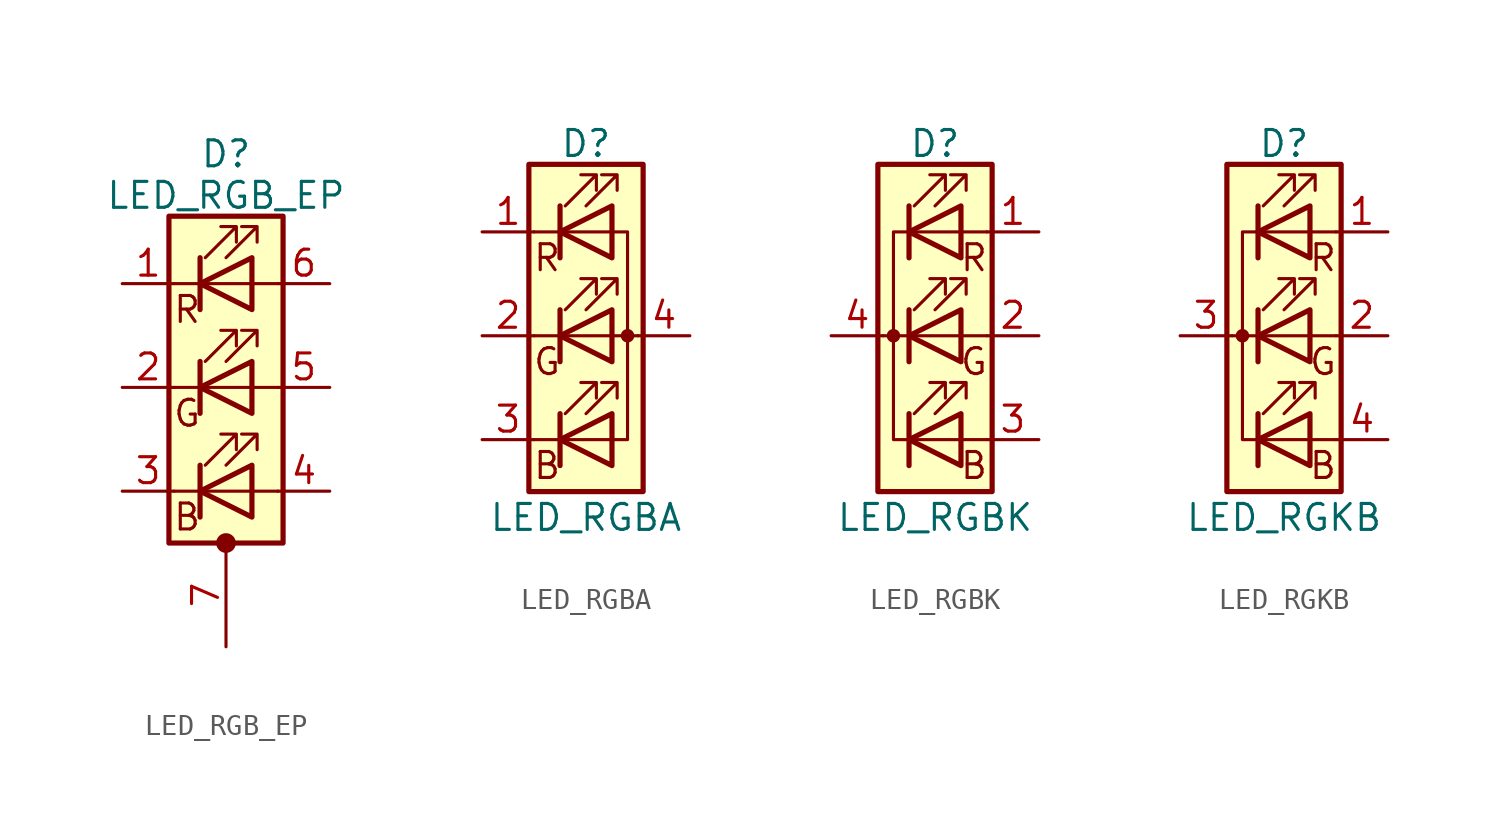
<source format=kicad_sym>
(kicad_symbol_lib
  (version 20241209)
  (generator "kicad_symbol_editor")
  (generator_version "9.0")
  (symbol "LED_RGB_EP"
    (pin_names
      (offset 0)
      (hide yes))
    (property "Reference" "D"
      (at 0 11.43 0)
      (effects (font (size 1.27 1.27))))
    (property "Value" "LED_RGB_EP"
      (at 0 9.398 0)
      (effects (font (size 1.27 1.27))))
    (symbol "LED_RGB_EP_0_0"
      (text "R" (at -1.905 3.81 0) (effects (font (size 1.27 1.27))))
      (text "G" (at -1.905 -1.27 0) (effects (font (size 1.27 1.27))))
      (text "B" (at -1.905 -6.35 0) (effects (font (size 1.27 1.27)))))
    (symbol "LED_RGB_EP_0_1"
      (polyline (pts (xy -1.27 6.35) (xy -1.27 3.81)) (stroke (width 0.254) (type solid)) (fill (type none)))
      (polyline (pts (xy -1.27 6.35) (xy -1.27 3.81) (xy -1.27 3.81)) (stroke (width 0) (type solid)) (fill (type none)))
      (polyline (pts (xy -1.27 5.08) (xy -2.54 5.08)) (stroke (width 0) (type solid)) (fill (type none)))
      (polyline (pts (xy -1.27 5.08) (xy 1.27 5.08)) (stroke (width 0) (type solid)) (fill (type none)))
      (polyline (pts (xy -1.27 1.27) (xy -1.27 -1.27)) (stroke (width 0.254) (type solid)) (fill (type none)))
      (polyline (pts (xy -1.27 1.27) (xy -1.27 -1.27) (xy -1.27 -1.27)) (stroke (width 0) (type solid)) (fill (type none)))
      (polyline (pts (xy -1.27 0) (xy -2.54 0)) (stroke (width 0) (type solid)) (fill (type none)))
      (polyline (pts (xy -1.27 -3.81) (xy -1.27 -6.35)) (stroke (width 0.254) (type solid)) (fill (type none)))
      (polyline (pts (xy -1.27 -5.08) (xy -2.54 -5.08)) (stroke (width 0) (type solid)) (fill (type none)))
      (polyline (pts (xy -1.016 6.35) (xy 0.508 7.874) (xy -0.254 7.874) (xy 0.508 7.874) (xy 0.508 7.112)) (stroke (width 0) (type solid)) (fill (type none)))
      (polyline (pts (xy -1.016 1.27) (xy 0.508 2.794) (xy -0.254 2.794) (xy 0.508 2.794) (xy 0.508 2.032)) (stroke (width 0) (type solid)) (fill (type none)))
      (polyline (pts (xy -1.016 0) (xy 1.27 0)) (stroke (width 0) (type solid)) (fill (type none)))
      (polyline (pts (xy -1.016 -3.81) (xy 0.508 -2.286) (xy -0.254 -2.286) (xy 0.508 -2.286) (xy 0.508 -3.048)) (stroke (width 0) (type solid)) (fill (type none)))
      (polyline (pts (xy 0 6.35) (xy 1.524 7.874) (xy 0.762 7.874) (xy 1.524 7.874) (xy 1.524 7.112)) (stroke (width 0) (type solid)) (fill (type none)))
      (polyline (pts (xy 0 1.27) (xy 1.524 2.794) (xy 0.762 2.794) (xy 1.524 2.794) (xy 1.524 2.032)) (stroke (width 0) (type solid)) (fill (type none)))
      (polyline (pts (xy 0 -3.81) (xy 1.524 -2.286) (xy 0.762 -2.286) (xy 1.524 -2.286) (xy 1.524 -3.048)) (stroke (width 0) (type solid)) (fill (type none)))
      (circle (center 0 -7.62) (radius 0.356) (stroke (width 0.254) (type solid)) (fill (type outline)))
      (polyline (pts (xy 1.27 6.35) (xy 1.27 3.81) (xy -1.27 5.08) (xy 1.27 6.35)) (stroke (width 0.254) (type solid)) (fill (type none)))
      (rectangle (start 1.27 6.35) (end 1.27 6.35) (stroke (width 0) (type solid)) (fill (type none)))
      (polyline (pts (xy 1.27 5.08) (xy 2.54 5.08)) (stroke (width 0) (type solid)) (fill (type none)))
      (rectangle (start 1.27 3.81) (end 1.27 6.35) (stroke (width 0) (type solid)) (fill (type none)))
      (polyline (pts (xy 1.27 1.27) (xy 1.27 -1.27) (xy -1.27 0) (xy 1.27 1.27)) (stroke (width 0.254) (type solid)) (fill (type none)))
      (rectangle (start 1.27 1.27) (end 1.27 1.27) (stroke (width 0) (type solid)) (fill (type none)))
      (rectangle (start 1.27 -1.27) (end 1.27 1.27) (stroke (width 0) (type solid)) (fill (type none)))
      (polyline (pts (xy 1.27 -3.81) (xy 1.27 -6.35) (xy -1.27 -5.08) (xy 1.27 -3.81)) (stroke (width 0.254) (type solid)) (fill (type none)))
      (polyline (pts (xy 1.27 -5.08) (xy -1.27 -5.08)) (stroke (width 0) (type solid)) (fill (type none)))
      (polyline (pts (xy 1.27 -5.08) (xy 2.54 -5.08)) (stroke (width 0) (type solid)) (fill (type none)))
      (polyline (pts (xy 2.54 0) (xy 1.27 0)) (stroke (width 0) (type solid)) (fill (type none)))
      (rectangle (start 2.794 8.382) (end -2.794 -7.62) (stroke (width 0.254) (type solid)) (fill (type background))))
    (symbol "LED_RGB_EP_1_1"
      (pin passive line (at -5.08 5.08 0) (length 2.54) (name "RK" (effects (font (size 1.27 1.27)))) (number "1" (effects (font (size 1.27 1.27)))))
      (pin passive line (at -5.08 0 0) (length 2.54) (name "GK" (effects (font (size 1.27 1.27)))) (number "2" (effects (font (size 1.27 1.27)))))
      (pin passive line (at -5.08 -5.08 0) (length 2.54) (name "BK" (effects (font (size 1.27 1.27)))) (number "3" (effects (font (size 1.27 1.27)))))
      (pin passive line (at 0 -12.7 90) (length 5.08) (name "PAD" (effects (font (size 1.27 1.27)))) (number "7" (effects (font (size 1.27 1.27)))))
      (pin passive line (at 5.08 5.08 180) (length 2.54) (name "RA" (effects (font (size 1.27 1.27)))) (number "6" (effects (font (size 1.27 1.27)))))
      (pin passive line (at 5.08 0 180) (length 2.54) (name "GA" (effects (font (size 1.27 1.27)))) (number "5" (effects (font (size 1.27 1.27)))))
      (pin passive line (at 5.08 -5.08 180) (length 2.54) (name "BA" (effects (font (size 1.27 1.27)))) (number "4" (effects (font (size 1.27 1.27)))))))
  (symbol "LED_RGBA"
    (pin_names
      (offset 0)
      (hide yes))
    (property "Reference" "D"
      (at 0 9.398 0)
      (effects (font (size 1.27 1.27))))
    (property "Value" "LED_RGBA"
      (at 0 -8.89 0)
      (effects (font (size 1.27 1.27))))
    (symbol "LED_RGBA_0_0"
      (text "R" (at -1.905 3.81 0) (effects (font (size 1.27 1.27))))
      (text "G" (at -1.905 -1.27 0) (effects (font (size 1.27 1.27))))
      (text "B" (at -1.905 -6.35 0) (effects (font (size 1.27 1.27)))))
    (symbol "LED_RGBA_0_1"
      (polyline (pts (xy -1.27 6.35) (xy -1.27 3.81)) (stroke (width 0.254) (type solid)) (fill (type none)))
      (polyline (pts (xy -1.27 6.35) (xy -1.27 3.81) (xy -1.27 3.81)) (stroke (width 0) (type solid)) (fill (type none)))
      (polyline (pts (xy -1.27 5.08) (xy -2.54 5.08)) (stroke (width 0) (type solid)) (fill (type none)))
      (polyline (pts (xy -1.27 5.08) (xy 1.27 5.08)) (stroke (width 0) (type solid)) (fill (type none)))
      (polyline (pts (xy -1.27 1.27) (xy -1.27 -1.27)) (stroke (width 0.254) (type solid)) (fill (type none)))
      (polyline (pts (xy -1.27 1.27) (xy -1.27 -1.27) (xy -1.27 -1.27)) (stroke (width 0) (type solid)) (fill (type none)))
      (polyline (pts (xy -1.27 0) (xy -2.54 0)) (stroke (width 0) (type solid)) (fill (type none)))
      (polyline (pts (xy -1.27 -3.81) (xy -1.27 -6.35)) (stroke (width 0.254) (type solid)) (fill (type none)))
      (polyline (pts (xy -1.27 -5.08) (xy -2.54 -5.08)) (stroke (width 0) (type solid)) (fill (type none)))
      (polyline (pts (xy -1.27 -5.08) (xy 1.27 -5.08)) (stroke (width 0) (type solid)) (fill (type none)))
      (polyline (pts (xy -1.016 6.35) (xy 0.508 7.874) (xy -0.254 7.874) (xy 0.508 7.874) (xy 0.508 7.112)) (stroke (width 0) (type solid)) (fill (type none)))
      (polyline (pts (xy -1.016 1.27) (xy 0.508 2.794) (xy -0.254 2.794) (xy 0.508 2.794) (xy 0.508 2.032)) (stroke (width 0) (type solid)) (fill (type none)))
      (polyline (pts (xy -1.016 -3.81) (xy 0.508 -2.286) (xy -0.254 -2.286) (xy 0.508 -2.286) (xy 0.508 -3.048)) (stroke (width 0) (type solid)) (fill (type none)))
      (polyline (pts (xy 0 6.35) (xy 1.524 7.874) (xy 0.762 7.874) (xy 1.524 7.874) (xy 1.524 7.112)) (stroke (width 0) (type solid)) (fill (type none)))
      (polyline (pts (xy 0 1.27) (xy 1.524 2.794) (xy 0.762 2.794) (xy 1.524 2.794) (xy 1.524 2.032)) (stroke (width 0) (type solid)) (fill (type none)))
      (polyline (pts (xy 0 -3.81) (xy 1.524 -2.286) (xy 0.762 -2.286) (xy 1.524 -2.286) (xy 1.524 -3.048)) (stroke (width 0) (type solid)) (fill (type none)))
      (polyline (pts (xy 1.27 6.35) (xy 1.27 3.81) (xy -1.27 5.08) (xy 1.27 6.35)) (stroke (width 0.254) (type solid)) (fill (type none)))
      (rectangle (start 1.27 6.35) (end 1.27 6.35) (stroke (width 0) (type solid)) (fill (type none)))
      (rectangle (start 1.27 3.81) (end 1.27 6.35) (stroke (width 0) (type solid)) (fill (type none)))
      (polyline (pts (xy 1.27 1.27) (xy 1.27 -1.27) (xy -1.27 0) (xy 1.27 1.27)) (stroke (width 0.254) (type solid)) (fill (type none)))
      (rectangle (start 1.27 1.27) (end 1.27 1.27) (stroke (width 0) (type solid)) (fill (type none)))
      (polyline (pts (xy 1.27 0) (xy -1.27 0)) (stroke (width 0) (type solid)) (fill (type none)))
      (polyline (pts (xy 1.27 0) (xy 2.54 0)) (stroke (width 0) (type solid)) (fill (type none)))
      (rectangle (start 1.27 -1.27) (end 1.27 1.27) (stroke (width 0) (type solid)) (fill (type none)))
      (polyline (pts (xy 1.27 -3.81) (xy 1.27 -6.35) (xy -1.27 -5.08) (xy 1.27 -3.81)) (stroke (width 0.254) (type solid)) (fill (type none)))
      (polyline (pts (xy 1.27 -5.08) (xy 2.032 -5.08) (xy 2.032 5.08) (xy 1.27 5.08)) (stroke (width 0) (type solid)) (fill (type none)))
      (circle (center 2.032 0) (radius 0.254) (stroke (width 0) (type solid)) (fill (type outline)))
      (rectangle (start 2.794 8.382) (end -2.794 -7.62) (stroke (width 0.254) (type solid)) (fill (type background))))
    (symbol "LED_RGBA_1_1"
      (pin passive line (at -5.08 5.08 0) (length 2.54) (name "RK" (effects (font (size 1.27 1.27)))) (number "1" (effects (font (size 1.27 1.27)))))
      (pin passive line (at -5.08 0 0) (length 2.54) (name "GK" (effects (font (size 1.27 1.27)))) (number "2" (effects (font (size 1.27 1.27)))))
      (pin passive line (at -5.08 -5.08 0) (length 2.54) (name "BK" (effects (font (size 1.27 1.27)))) (number "3" (effects (font (size 1.27 1.27)))))
      (pin passive line (at 5.08 0 180) (length 2.54) (name "A" (effects (font (size 1.27 1.27)))) (number "4" (effects (font (size 1.27 1.27)))))))
  (symbol "LED_RGBK"
    (pin_names
      (offset 0)
      (hide yes))
    (property "Reference" "D"
      (at 0 9.398 0)
      (effects (font (size 1.27 1.27))))
    (property "Value" "LED_RGBK"
      (at 0 -8.89 0)
      (effects (font (size 1.27 1.27))))
    (symbol "LED_RGBK_0_0"
      (text "R" (at 1.905 3.81 0) (effects (font (size 1.27 1.27))))
      (text "G" (at 1.905 -1.27 0) (effects (font (size 1.27 1.27))))
      (text "B" (at 1.905 -6.35 0) (effects (font (size 1.27 1.27)))))
    (symbol "LED_RGBK_0_1"
      (circle (center -2.032 0) (radius 0.254) (stroke (width 0) (type solid)) (fill (type outline)))
      (polyline (pts (xy -1.27 6.35) (xy -1.27 3.81)) (stroke (width 0.254) (type solid)) (fill (type none)))
      (polyline (pts (xy -1.27 6.35) (xy -1.27 3.81) (xy -1.27 3.81)) (stroke (width 0) (type solid)) (fill (type none)))
      (polyline (pts (xy -1.27 5.08) (xy 1.27 5.08)) (stroke (width 0) (type solid)) (fill (type none)))
      (polyline (pts (xy -1.27 5.08) (xy -2.032 5.08) (xy -2.032 -5.08) (xy -1.016 -5.08)) (stroke (width 0) (type solid)) (fill (type none)))
      (polyline (pts (xy -1.27 1.27) (xy -1.27 -1.27)) (stroke (width 0.254) (type solid)) (fill (type none)))
      (polyline (pts (xy -1.27 1.27) (xy -1.27 -1.27) (xy -1.27 -1.27)) (stroke (width 0) (type solid)) (fill (type none)))
      (polyline (pts (xy -1.27 0) (xy -2.54 0)) (stroke (width 0) (type solid)) (fill (type none)))
      (polyline (pts (xy -1.27 -3.81) (xy -1.27 -6.35)) (stroke (width 0.254) (type solid)) (fill (type none)))
      (polyline (pts (xy -1.27 -5.08) (xy 1.27 -5.08)) (stroke (width 0) (type solid)) (fill (type none)))
      (polyline (pts (xy -1.016 6.35) (xy 0.508 7.874) (xy -0.254 7.874) (xy 0.508 7.874) (xy 0.508 7.112)) (stroke (width 0) (type solid)) (fill (type none)))
      (polyline (pts (xy -1.016 1.27) (xy 0.508 2.794) (xy -0.254 2.794) (xy 0.508 2.794) (xy 0.508 2.032)) (stroke (width 0) (type solid)) (fill (type none)))
      (polyline (pts (xy -1.016 -3.81) (xy 0.508 -2.286) (xy -0.254 -2.286) (xy 0.508 -2.286) (xy 0.508 -3.048)) (stroke (width 0) (type solid)) (fill (type none)))
      (polyline (pts (xy 0 6.35) (xy 1.524 7.874) (xy 0.762 7.874) (xy 1.524 7.874) (xy 1.524 7.112)) (stroke (width 0) (type solid)) (fill (type none)))
      (polyline (pts (xy 0 1.27) (xy 1.524 2.794) (xy 0.762 2.794) (xy 1.524 2.794) (xy 1.524 2.032)) (stroke (width 0) (type solid)) (fill (type none)))
      (polyline (pts (xy 0 -3.81) (xy 1.524 -2.286) (xy 0.762 -2.286) (xy 1.524 -2.286) (xy 1.524 -3.048)) (stroke (width 0) (type solid)) (fill (type none)))
      (polyline (pts (xy 1.27 6.35) (xy 1.27 3.81) (xy -1.27 5.08) (xy 1.27 6.35)) (stroke (width 0.254) (type solid)) (fill (type none)))
      (rectangle (start 1.27 6.35) (end 1.27 6.35) (stroke (width 0) (type solid)) (fill (type none)))
      (polyline (pts (xy 1.27 5.08) (xy 2.54 5.08)) (stroke (width 0) (type solid)) (fill (type none)))
      (rectangle (start 1.27 3.81) (end 1.27 6.35) (stroke (width 0) (type solid)) (fill (type none)))
      (polyline (pts (xy 1.27 1.27) (xy 1.27 -1.27) (xy -1.27 0) (xy 1.27 1.27)) (stroke (width 0.254) (type solid)) (fill (type none)))
      (rectangle (start 1.27 1.27) (end 1.27 1.27) (stroke (width 0) (type solid)) (fill (type none)))
      (polyline (pts (xy 1.27 0) (xy -1.27 0)) (stroke (width 0) (type solid)) (fill (type none)))
      (polyline (pts (xy 1.27 0) (xy 2.54 0)) (stroke (width 0) (type solid)) (fill (type none)))
      (rectangle (start 1.27 -1.27) (end 1.27 1.27) (stroke (width 0) (type solid)) (fill (type none)))
      (polyline (pts (xy 1.27 -3.81) (xy 1.27 -6.35) (xy -1.27 -5.08) (xy 1.27 -3.81)) (stroke (width 0.254) (type solid)) (fill (type none)))
      (polyline (pts (xy 1.27 -5.08) (xy 2.54 -5.08)) (stroke (width 0) (type solid)) (fill (type none)))
      (rectangle (start 2.794 8.382) (end -2.794 -7.62) (stroke (width 0.254) (type solid)) (fill (type background))))
    (symbol "LED_RGBK_1_1"
      (pin passive line (at -5.08 0 0) (length 2.54) (name "K" (effects (font (size 1.27 1.27)))) (number "4" (effects (font (size 1.27 1.27)))))
      (pin passive line (at 5.08 5.08 180) (length 2.54) (name "RA" (effects (font (size 1.27 1.27)))) (number "1" (effects (font (size 1.27 1.27)))))
      (pin passive line (at 5.08 0 180) (length 2.54) (name "GA" (effects (font (size 1.27 1.27)))) (number "2" (effects (font (size 1.27 1.27)))))
      (pin passive line (at 5.08 -5.08 180) (length 2.54) (name "BA" (effects (font (size 1.27 1.27)))) (number "3" (effects (font (size 1.27 1.27)))))))
  (symbol "LED_RGKB"
    (pin_names
      (offset 0)
      (hide yes))
    (property "Reference" "D"
      (at 0 9.398 0)
      (effects (font (size 1.27 1.27))))
    (property "Value" "LED_RGKB"
      (at 0 -8.89 0)
      (effects (font (size 1.27 1.27))))
    (symbol "LED_RGKB_0_0"
      (text "R" (at 1.905 3.81 0) (effects (font (size 1.27 1.27))))
      (text "G" (at 1.905 -1.27 0) (effects (font (size 1.27 1.27))))
      (text "B" (at 1.905 -6.35 0) (effects (font (size 1.27 1.27)))))
    (symbol "LED_RGKB_0_1"
      (circle (center -2.032 0) (radius 0.254) (stroke (width 0) (type solid)) (fill (type outline)))
      (polyline (pts (xy -1.27 6.35) (xy -1.27 3.81)) (stroke (width 0.254) (type solid)) (fill (type none)))
      (polyline (pts (xy -1.27 6.35) (xy -1.27 3.81) (xy -1.27 3.81)) (stroke (width 0) (type solid)) (fill (type none)))
      (polyline (pts (xy -1.27 5.08) (xy 1.27 5.08)) (stroke (width 0) (type solid)) (fill (type none)))
      (polyline (pts (xy -1.27 5.08) (xy -2.032 5.08) (xy -2.032 -5.08) (xy -1.016 -5.08)) (stroke (width 0) (type solid)) (fill (type none)))
      (polyline (pts (xy -1.27 1.27) (xy -1.27 -1.27)) (stroke (width 0.254) (type solid)) (fill (type none)))
      (polyline (pts (xy -1.27 1.27) (xy -1.27 -1.27) (xy -1.27 -1.27)) (stroke (width 0) (type solid)) (fill (type none)))
      (polyline (pts (xy -1.27 0) (xy -2.54 0)) (stroke (width 0) (type solid)) (fill (type none)))
      (polyline (pts (xy -1.27 -3.81) (xy -1.27 -6.35)) (stroke (width 0.254) (type solid)) (fill (type none)))
      (polyline (pts (xy -1.27 -5.08) (xy 1.27 -5.08)) (stroke (width 0) (type solid)) (fill (type none)))
      (polyline (pts (xy -1.016 6.35) (xy 0.508 7.874) (xy -0.254 7.874) (xy 0.508 7.874) (xy 0.508 7.112)) (stroke (width 0) (type solid)) (fill (type none)))
      (polyline (pts (xy -1.016 1.27) (xy 0.508 2.794) (xy -0.254 2.794) (xy 0.508 2.794) (xy 0.508 2.032)) (stroke (width 0) (type solid)) (fill (type none)))
      (polyline (pts (xy -1.016 -3.81) (xy 0.508 -2.286) (xy -0.254 -2.286) (xy 0.508 -2.286) (xy 0.508 -3.048)) (stroke (width 0) (type solid)) (fill (type none)))
      (polyline (pts (xy 0 6.35) (xy 1.524 7.874) (xy 0.762 7.874) (xy 1.524 7.874) (xy 1.524 7.112)) (stroke (width 0) (type solid)) (fill (type none)))
      (polyline (pts (xy 0 1.27) (xy 1.524 2.794) (xy 0.762 2.794) (xy 1.524 2.794) (xy 1.524 2.032)) (stroke (width 0) (type solid)) (fill (type none)))
      (polyline (pts (xy 0 -3.81) (xy 1.524 -2.286) (xy 0.762 -2.286) (xy 1.524 -2.286) (xy 1.524 -3.048)) (stroke (width 0) (type solid)) (fill (type none)))
      (polyline (pts (xy 1.27 6.35) (xy 1.27 3.81) (xy -1.27 5.08) (xy 1.27 6.35)) (stroke (width 0.254) (type solid)) (fill (type none)))
      (rectangle (start 1.27 6.35) (end 1.27 6.35) (stroke (width 0) (type solid)) (fill (type none)))
      (polyline (pts (xy 1.27 5.08) (xy 2.54 5.08)) (stroke (width 0) (type solid)) (fill (type none)))
      (rectangle (start 1.27 3.81) (end 1.27 6.35) (stroke (width 0) (type solid)) (fill (type none)))
      (polyline (pts (xy 1.27 1.27) (xy 1.27 -1.27) (xy -1.27 0) (xy 1.27 1.27)) (stroke (width 0.254) (type solid)) (fill (type none)))
      (rectangle (start 1.27 1.27) (end 1.27 1.27) (stroke (width 0) (type solid)) (fill (type none)))
      (polyline (pts (xy 1.27 0) (xy -1.27 0)) (stroke (width 0) (type solid)) (fill (type none)))
      (polyline (pts (xy 1.27 0) (xy 2.54 0)) (stroke (width 0) (type solid)) (fill (type none)))
      (rectangle (start 1.27 -1.27) (end 1.27 1.27) (stroke (width 0) (type solid)) (fill (type none)))
      (polyline (pts (xy 1.27 -3.81) (xy 1.27 -6.35) (xy -1.27 -5.08) (xy 1.27 -3.81)) (stroke (width 0.254) (type solid)) (fill (type none)))
      (polyline (pts (xy 1.27 -5.08) (xy 2.54 -5.08)) (stroke (width 0) (type solid)) (fill (type none)))
      (rectangle (start 2.794 8.382) (end -2.794 -7.62) (stroke (width 0.254) (type solid)) (fill (type background))))
    (symbol "LED_RGKB_1_1"
      (pin passive line (at -5.08 0 0) (length 2.54) (name "K" (effects (font (size 1.27 1.27)))) (number "3" (effects (font (size 1.27 1.27)))))
      (pin passive line (at 5.08 5.08 180) (length 2.54) (name "RA" (effects (font (size 1.27 1.27)))) (number "1" (effects (font (size 1.27 1.27)))))
      (pin passive line (at 5.08 0 180) (length 2.54) (name "GA" (effects (font (size 1.27 1.27)))) (number "2" (effects (font (size 1.27 1.27)))))
      (pin passive line (at 5.08 -5.08 180) (length 2.54) (name "BA" (effects (font (size 1.27 1.27)))) (number "4" (effects (font (size 1.27 1.27))))))))
</source>
